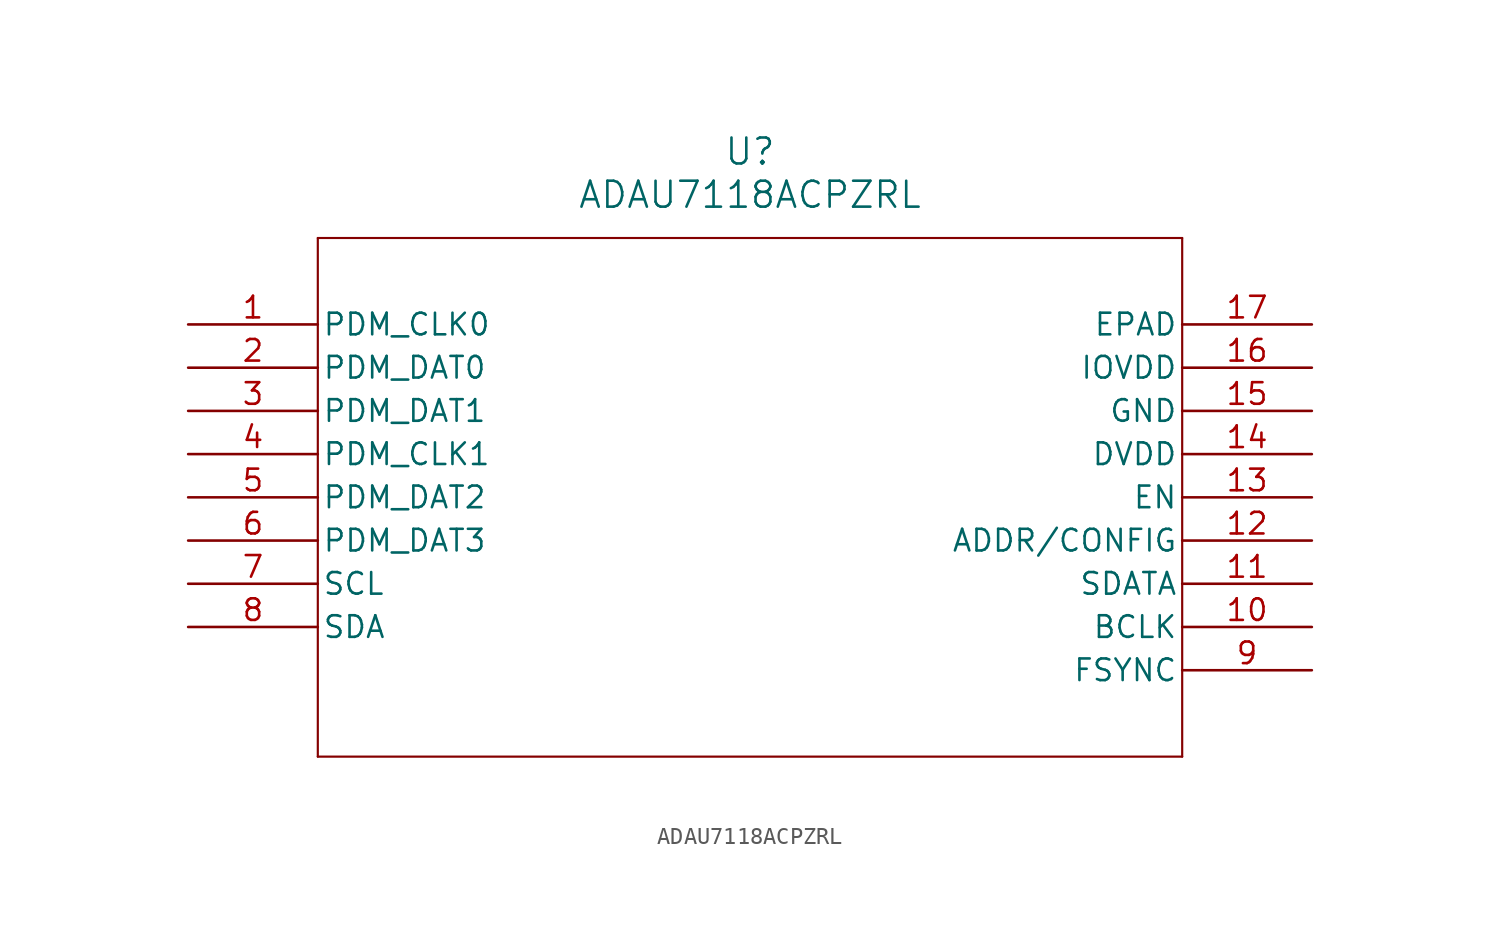
<source format=kicad_sym>
(kicad_symbol_lib
  (version 20211014)
  (generator kicad_symbol_editor)
  (symbol "ADAU7118ACPZRL"
    (pin_names
      (offset 0.254))
    (property "Reference" "U"
      (at 33.02 10.16 0)
      (effects (font (size 1.524 1.524))))
    (property "Value" "ADAU7118ACPZRL"
      (at 33.02 7.62 0)
      (effects (font (size 1.524 1.524))))
    (symbol "ADAU7118ACPZRL_0_1"
      (polyline (pts (xy 7.62 5.08) (xy 7.62 -25.4)) (stroke (width 0.127) (type default) (color 0 0 0 0)) (fill (type none)))
      (polyline (pts (xy 7.62 -25.4) (xy 58.42 -25.4)) (stroke (width 0.127) (type default) (color 0 0 0 0)) (fill (type none)))
      (polyline (pts (xy 58.42 -25.4) (xy 58.42 5.08)) (stroke (width 0.127) (type default) (color 0 0 0 0)) (fill (type none)))
      (polyline (pts (xy 58.42 5.08) (xy 7.62 5.08)) (stroke (width 0.127) (type default) (color 0 0 0 0)) (fill (type none)))
      (pin output line (at 0 0 0) (length 7.62) (name "PDM_CLK0" (effects (font (size 1.27 1.27)))) (number "1" (effects (font (size 1.27 1.27)))))
      (pin input line (at 0 -2.54 0) (length 7.62) (name "PDM_DAT0" (effects (font (size 1.27 1.27)))) (number "2" (effects (font (size 1.27 1.27)))))
      (pin input line (at 0 -5.08 0) (length 7.62) (name "PDM_DAT1" (effects (font (size 1.27 1.27)))) (number "3" (effects (font (size 1.27 1.27)))))
      (pin output line (at 0 -7.62 0) (length 7.62) (name "PDM_CLK1" (effects (font (size 1.27 1.27)))) (number "4" (effects (font (size 1.27 1.27)))))
      (pin input line (at 0 -10.16 0) (length 7.62) (name "PDM_DAT2" (effects (font (size 1.27 1.27)))) (number "5" (effects (font (size 1.27 1.27)))))
      (pin input line (at 0 -12.7 0) (length 7.62) (name "PDM_DAT3" (effects (font (size 1.27 1.27)))) (number "6" (effects (font (size 1.27 1.27)))))
      (pin input line (at 0 -15.24 0) (length 7.62) (name "SCL" (effects (font (size 1.27 1.27)))) (number "7" (effects (font (size 1.27 1.27)))))
      (pin unspecified line (at 0 -17.78 0) (length 7.62) (name "SDA" (effects (font (size 1.27 1.27)))) (number "8" (effects (font (size 1.27 1.27)))))
      (pin unspecified line (at 66.04 -20.32 180) (length 7.62) (name "FSYNC" (effects (font (size 1.27 1.27)))) (number "9" (effects (font (size 1.27 1.27)))))
      (pin unspecified line (at 66.04 -17.78 180) (length 7.62) (name "BCLK" (effects (font (size 1.27 1.27)))) (number "10" (effects (font (size 1.27 1.27)))))
      (pin output line (at 66.04 -15.24 180) (length 7.62) (name "SDATA" (effects (font (size 1.27 1.27)))) (number "11" (effects (font (size 1.27 1.27)))))
      (pin unspecified line (at 66.04 -12.7 180) (length 7.62) (name "ADDR/CONFIG" (effects (font (size 1.27 1.27)))) (number "12" (effects (font (size 1.27 1.27)))))
      (pin unspecified line (at 66.04 -10.16 180) (length 7.62) (name "EN" (effects (font (size 1.27 1.27)))) (number "13" (effects (font (size 1.27 1.27)))))
      (pin power_in line (at 66.04 -7.62 180) (length 7.62) (name "DVDD" (effects (font (size 1.27 1.27)))) (number "14" (effects (font (size 1.27 1.27)))))
      (pin power_out line (at 66.04 -5.08 180) (length 7.62) (name "GND" (effects (font (size 1.27 1.27)))) (number "15" (effects (font (size 1.27 1.27)))))
      (pin power_in line (at 66.04 -2.54 180) (length 7.62) (name "IOVDD" (effects (font (size 1.27 1.27)))) (number "16" (effects (font (size 1.27 1.27)))))
      (pin power_out line (at 66.04 0 180) (length 7.62) (name "EPAD" (effects (font (size 1.27 1.27)))) (number "17" (effects (font (size 1.27 1.27))))))))
</source>
